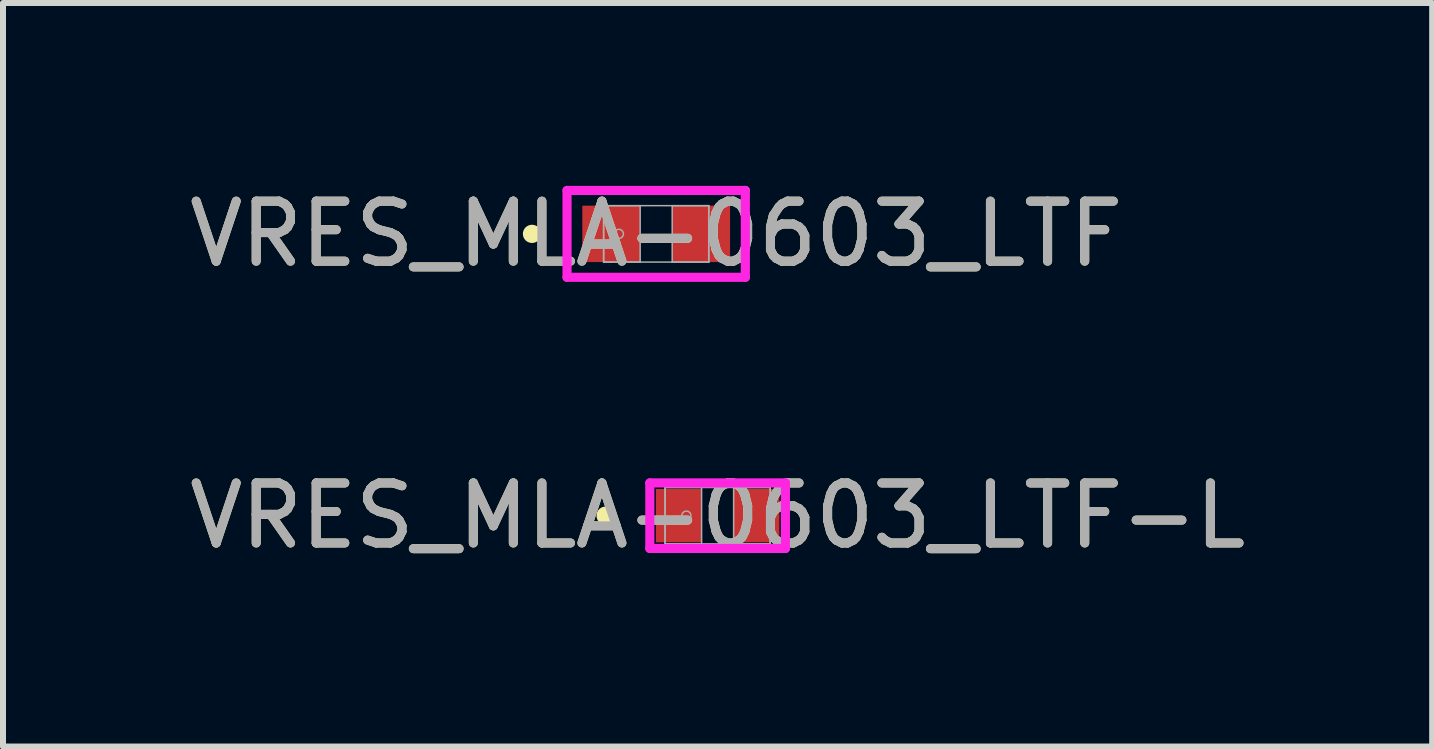
<source format=kicad_pcb>
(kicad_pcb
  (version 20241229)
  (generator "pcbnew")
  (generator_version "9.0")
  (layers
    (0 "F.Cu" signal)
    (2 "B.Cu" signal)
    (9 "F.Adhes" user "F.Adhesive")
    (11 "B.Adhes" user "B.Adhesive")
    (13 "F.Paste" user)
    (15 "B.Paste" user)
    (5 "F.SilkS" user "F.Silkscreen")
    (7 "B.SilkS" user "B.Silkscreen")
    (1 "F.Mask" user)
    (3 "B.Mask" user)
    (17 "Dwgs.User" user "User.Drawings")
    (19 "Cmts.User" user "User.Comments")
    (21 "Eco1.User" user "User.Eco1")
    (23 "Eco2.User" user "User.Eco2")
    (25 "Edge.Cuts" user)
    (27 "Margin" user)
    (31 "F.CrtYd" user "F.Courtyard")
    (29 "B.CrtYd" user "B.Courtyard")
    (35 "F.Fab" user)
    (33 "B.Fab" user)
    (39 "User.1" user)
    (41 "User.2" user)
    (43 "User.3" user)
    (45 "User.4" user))
  (footprint "VRES_MLA-0603_LTF-L"
    (layer "F.Cu")
    (at 8.911 5.545)
    (property "Reference" "VRES_MLA-0603_LTF-L" (at 0 0 0) (unlocked yes) (layer "F.SilkS") (effects (font (size 1 1) (thickness 0.15))))
    (attr smd)
    (fp_circle (center -1.867 0) (end -1.791 0) (stroke (width 0.152) (type solid)) (fill no) (layer "F.SilkS"))
    (fp_line (start -1.13 -0.546) (end 1.13 -0.546) (stroke (width 0.152) (type solid)) (layer "F.CrtYd"))
    (fp_line (start -1.13 0.546) (end -1.13 -0.546) (stroke (width 0.152) (type solid)) (layer "F.CrtYd"))
    (fp_line (start 1.13 -0.546) (end 1.13 0.546) (stroke (width 0.152) (type solid)) (layer "F.CrtYd"))
    (fp_line (start 1.13 0.546) (end -1.13 0.546) (stroke (width 0.152) (type solid)) (layer "F.CrtYd"))
    (fp_line (start -0.876 -0.47) (end -0.876 0.47) (stroke (width 0.025) (type solid)) (layer "F.Fab"))
    (fp_line (start -0.876 -0.47) (end -0.876 0.47) (stroke (width 0.025) (type solid)) (layer "F.Fab"))
    (fp_line (start -0.876 0.47) (end -0.267 0.47) (stroke (width 0.025) (type solid)) (layer "F.Fab"))
    (fp_line (start -0.876 0.47) (end 0.876 0.47) (stroke (width 0.025) (type solid)) (layer "F.Fab"))
    (fp_line (start -0.267 -0.47) (end -0.876 -0.47) (stroke (width 0.025) (type solid)) (layer "F.Fab"))
    (fp_line (start -0.267 0.47) (end -0.267 -0.47) (stroke (width 0.025) (type solid)) (layer "F.Fab"))
    (fp_line (start 0.267 -0.47) (end 0.267 0.47) (stroke (width 0.025) (type solid)) (layer "F.Fab"))
    (fp_line (start 0.267 0.47) (end 0.876 0.47) (stroke (width 0.025) (type solid)) (layer "F.Fab"))
    (fp_line (start 0.876 -0.47) (end -0.876 -0.47) (stroke (width 0.025) (type solid)) (layer "F.Fab"))
    (fp_line (start 0.876 -0.47) (end 0.267 -0.47) (stroke (width 0.025) (type solid)) (layer "F.Fab"))
    (fp_line (start 0.876 0.47) (end 0.876 -0.47) (stroke (width 0.025) (type solid)) (layer "F.Fab"))
    (fp_line (start 0.876 0.47) (end 0.876 -0.47) (stroke (width 0.025) (type solid)) (layer "F.Fab"))
    (fp_circle (center -0.521 0) (end -0.445 0) (stroke (width 0.025) (type solid)) (fill no) (layer "F.Fab"))
    (fp_text user "${REFERENCE}" (at 0 0 0) (unlocked yes) (layer "F.Fab") (effects (font (size 1 1) (thickness 0.15))))
    (pad "1" smd rect (at -0.648 0) (size 0.762 0.889) (layers "F.Cu" "F.Mask" "F.Paste"))
    (pad "2" smd rect (at 0.648 0) (size 0.762 0.889) (layers "F.Cu" "F.Mask" "F.Paste"))
    (zone (net_name "") (layer "F.Cu") (hatch full 0.508) (connect_pads) (min_thickness 0.254) (filled_areas_thickness no) (keepout (tracks not_allowed) (vias not_allowed) (pads allowed) (copperpour not_allowed) (footprints allowed)) (placement (enabled no)) (fill) (polygon (pts (xy 8.695 5.126) (xy 9.127 5.126) (xy 9.127 5.964) (xy 8.695 5.964)))))
  (footprint "VRES_MLA-0603_LTF"
    (layer "F.Cu")
    (at 7.887 0.848)
    (property "Reference" "VRES_MLA-0603_LTF" (at 0 0 0) (unlocked yes) (layer "F.SilkS") (effects (font (size 1 1) (thickness 0.15))))
    (attr smd)
    (fp_circle (center -2.07 0) (end -1.994 0) (stroke (width 0.152) (type solid)) (fill no) (layer "F.SilkS"))
    (fp_line (start -1.486 -0.724) (end 1.486 -0.724) (stroke (width 0.152) (type solid)) (layer "F.CrtYd"))
    (fp_line (start -1.486 0.724) (end -1.486 -0.724) (stroke (width 0.152) (type solid)) (layer "F.CrtYd"))
    (fp_line (start 1.486 -0.724) (end 1.486 0.724) (stroke (width 0.152) (type solid)) (layer "F.CrtYd"))
    (fp_line (start 1.486 0.724) (end -1.486 0.724) (stroke (width 0.152) (type solid)) (layer "F.CrtYd"))
    (fp_line (start -0.876 -0.47) (end -0.876 0.47) (stroke (width 0.025) (type solid)) (layer "F.Fab"))
    (fp_line (start -0.876 -0.47) (end -0.876 0.47) (stroke (width 0.025) (type solid)) (layer "F.Fab"))
    (fp_line (start -0.876 0.47) (end -0.267 0.47) (stroke (width 0.025) (type solid)) (layer "F.Fab"))
    (fp_line (start -0.876 0.47) (end 0.876 0.47) (stroke (width 0.025) (type solid)) (layer "F.Fab"))
    (fp_line (start -0.267 -0.47) (end -0.876 -0.47) (stroke (width 0.025) (type solid)) (layer "F.Fab"))
    (fp_line (start -0.267 0.47) (end -0.267 -0.47) (stroke (width 0.025) (type solid)) (layer "F.Fab"))
    (fp_line (start 0.267 -0.47) (end 0.267 0.47) (stroke (width 0.025) (type solid)) (layer "F.Fab"))
    (fp_line (start 0.267 0.47) (end 0.876 0.47) (stroke (width 0.025) (type solid)) (layer "F.Fab"))
    (fp_line (start 0.876 -0.47) (end -0.876 -0.47) (stroke (width 0.025) (type solid)) (layer "F.Fab"))
    (fp_line (start 0.876 -0.47) (end 0.267 -0.47) (stroke (width 0.025) (type solid)) (layer "F.Fab"))
    (fp_line (start 0.876 0.47) (end 0.876 -0.47) (stroke (width 0.025) (type solid)) (layer "F.Fab"))
    (fp_line (start 0.876 0.47) (end 0.876 -0.47) (stroke (width 0.025) (type solid)) (layer "F.Fab"))
    (fp_circle (center -0.622 0) (end -0.546 0) (stroke (width 0.025) (type solid)) (fill no) (layer "F.Fab"))
    (fp_text user "${REFERENCE}" (at 0 0 0) (unlocked yes) (layer "F.Fab") (effects (font (size 1 1) (thickness 0.15))))
    (pad "1" smd rect (at -0.749 0) (size 0.965 0.94) (layers "F.Cu" "F.Mask" "F.Paste"))
    (pad "2" smd rect (at 0.749 0) (size 0.965 0.94) (layers "F.Cu" "F.Mask" "F.Paste"))
    (zone (net_name "") (layer "F.Cu") (hatch full 0.508) (connect_pads) (min_thickness 0.254) (filled_areas_thickness no) (keepout (tracks not_allowed) (vias not_allowed) (pads allowed) (copperpour not_allowed) (footprints allowed)) (placement (enabled no)) (fill) (polygon (pts (xy 7.671 0.429) (xy 8.103 0.429) (xy 8.103 1.267) (xy 7.671 1.267)))))
  (gr_rect
    (start -3 -3)
    (end 20.821 9.393)
    (stroke (width 0.1) (type default))
    (fill no)
    (layer "Edge.Cuts")))
</source>
